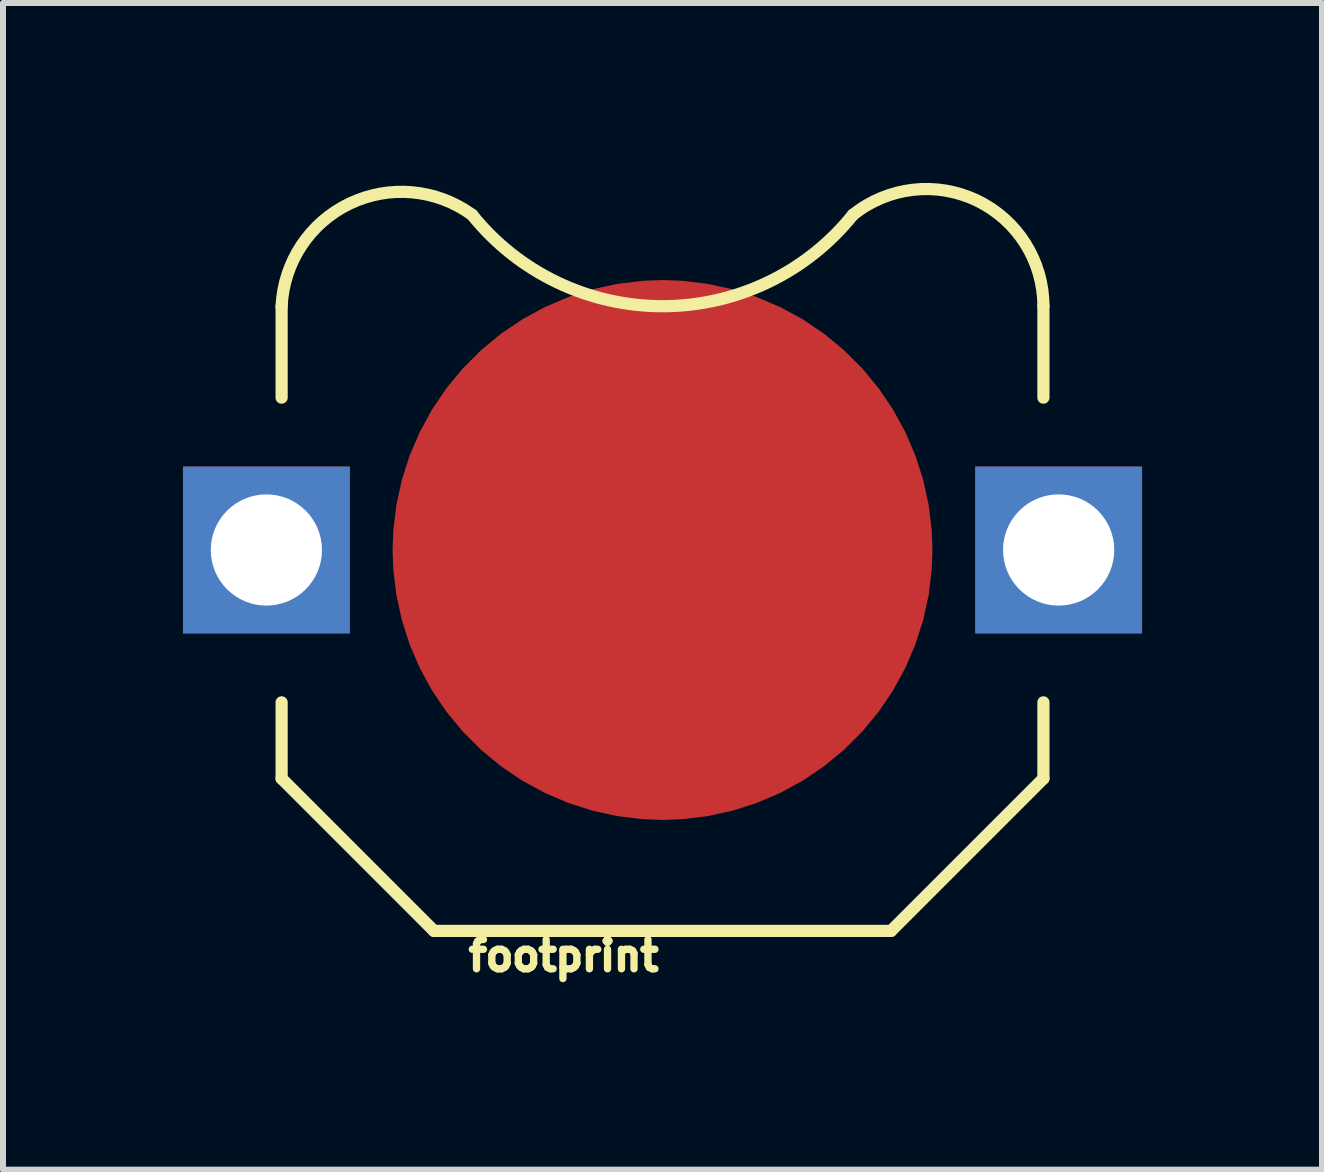
<source format=kicad_pcb>
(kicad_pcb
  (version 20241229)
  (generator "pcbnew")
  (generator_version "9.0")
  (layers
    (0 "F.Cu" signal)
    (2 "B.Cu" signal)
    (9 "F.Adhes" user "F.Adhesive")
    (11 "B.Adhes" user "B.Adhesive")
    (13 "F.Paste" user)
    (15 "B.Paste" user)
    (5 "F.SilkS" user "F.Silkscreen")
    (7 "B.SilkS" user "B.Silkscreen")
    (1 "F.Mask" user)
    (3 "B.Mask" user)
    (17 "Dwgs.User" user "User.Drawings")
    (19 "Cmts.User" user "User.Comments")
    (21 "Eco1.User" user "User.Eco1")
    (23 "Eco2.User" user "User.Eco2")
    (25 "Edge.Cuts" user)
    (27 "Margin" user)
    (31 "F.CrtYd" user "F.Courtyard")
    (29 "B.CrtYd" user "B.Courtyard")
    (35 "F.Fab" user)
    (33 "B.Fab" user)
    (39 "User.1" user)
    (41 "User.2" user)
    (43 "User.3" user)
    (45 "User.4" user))
  (footprint "footprint"
    (layer "F.Cu")
    (at 7.995 6.119)
    (property "Reference" "footprint" (at 0 6.477 0) (layer "F.SilkS") (effects (font (size 0.488 0.488) (thickness 0.122)) (justify right top)))
    (fp_line (start -6.35 -2.54) (end -6.35 -4.064) (stroke (width 0.203) (type solid)) (layer "F.SilkS"))
    (fp_line (start -6.35 3.81) (end -6.35 2.54) (stroke (width 0.203) (type solid)) (layer "F.SilkS"))
    (fp_line (start -6.35 3.81) (end -3.81 6.35) (stroke (width 0.203) (type solid)) (layer "F.SilkS"))
    (fp_line (start -3.81 6.35) (end 3.81 6.35) (stroke (width 0.203) (type solid)) (layer "F.SilkS"))
    (fp_line (start 3.81 6.35) (end 6.35 3.81) (stroke (width 0.203) (type solid)) (layer "F.SilkS"))
    (fp_line (start 6.35 -2.54) (end 6.35 -4.064) (stroke (width 0.203) (type solid)) (layer "F.SilkS"))
    (fp_line (start 6.35 3.81) (end 6.35 2.54) (stroke (width 0.203) (type solid)) (layer "F.SilkS"))
    (fp_arc (start -6.35 -4.064) (mid -5.21764 -5.774208) (end -3.175 -5.588) (stroke (width 0.2032) (type solid)) (layer "F.SilkS"))
    (fp_arc (start 3.175 -5.588) (mid 0 -4.064003) (end -3.175 -5.588) (stroke (width 0.2032) (type solid)) (layer "F.SilkS"))
    (fp_arc (start 3.175 -5.588) (mid 5.242249 -5.825476) (end 6.35 -4.064) (stroke (width 0.2032) (type solid)) (layer "F.SilkS"))
    (fp_circle (center 0 0) (end 1 0) (stroke (width 2) (type solid)) (fill no) (layer "F.Paste"))
    (pad "GND" smd roundrect (at 0 0) (size 9 9) (layers "F.Cu" "F.Mask") (roundrect_rratio 0.5))
    (pad "VCC@1" thru_hole rect (at 6.604 0) (size 2.781 2.781) (drill 1.854) (layers "*.Cu" "*.Mask"))
    (pad "VCC@2" thru_hole rect (at -6.604 0) (size 2.781 2.781) (drill 1.854) (layers "*.Cu" "*.Mask")))
  (gr_rect
    (start -3 -3)
    (end 18.989 16.45)
    (stroke (width 0.1) (type default))
    (fill no)
    (layer "Edge.Cuts")))
</source>
